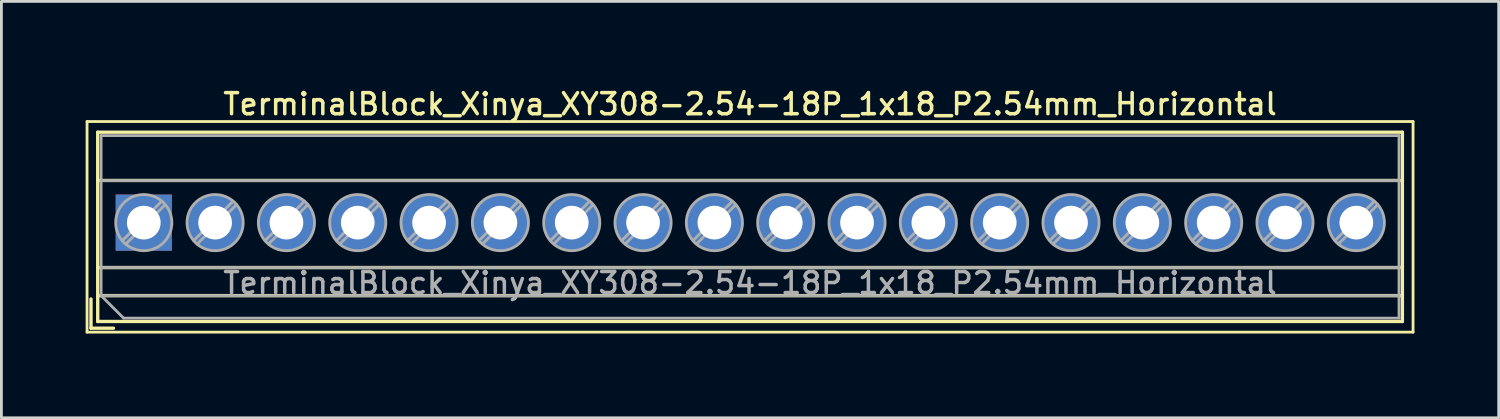
<source format=kicad_pcb>
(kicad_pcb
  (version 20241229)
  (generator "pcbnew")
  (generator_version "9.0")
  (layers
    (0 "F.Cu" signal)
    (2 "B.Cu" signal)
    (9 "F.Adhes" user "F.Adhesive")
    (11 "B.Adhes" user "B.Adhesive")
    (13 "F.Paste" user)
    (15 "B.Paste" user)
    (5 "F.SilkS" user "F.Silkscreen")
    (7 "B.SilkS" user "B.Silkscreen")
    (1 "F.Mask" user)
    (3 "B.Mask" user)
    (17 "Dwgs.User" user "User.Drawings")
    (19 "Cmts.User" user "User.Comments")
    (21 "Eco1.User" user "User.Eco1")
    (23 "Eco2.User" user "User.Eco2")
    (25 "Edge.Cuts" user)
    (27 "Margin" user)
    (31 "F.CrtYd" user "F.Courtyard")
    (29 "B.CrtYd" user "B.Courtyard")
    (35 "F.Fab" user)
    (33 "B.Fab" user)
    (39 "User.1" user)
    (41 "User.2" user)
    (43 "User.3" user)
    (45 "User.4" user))
  (footprint "TerminalBlock_Xinya_XY308-2.54-18P_1x18_P2.54mm_Horizontal"
    (layer "F.Cu")
    (at 2.07 4.878)
    (property "Reference" "TerminalBlock_Xinya_XY308-2.54-18P_1x18_P2.54mm_Horizontal" (at 21.59 -4.22 0) (layer "F.SilkS") (effects (font (size 0.75 0.75) (thickness 0.125))))
    (attr through_hole)
    (fp_line (start -2.02 -3.6) (end -2.02 3.9) (stroke (width 0.1) (type solid)) (layer "F.SilkS"))
    (fp_line (start -2.02 3.9) (end 45.2 3.9) (stroke (width 0.1) (type solid)) (layer "F.SilkS"))
    (fp_line (start -1.88 2.72) (end -1.88 3.76) (stroke (width 0.12) (type solid)) (layer "F.SilkS"))
    (fp_line (start -1.88 3.76) (end -1.08 3.76) (stroke (width 0.12) (type solid)) (layer "F.SilkS"))
    (fp_line (start -1.64 -3.22) (end -1.64 3.52) (stroke (width 0.12) (type solid)) (layer "F.SilkS"))
    (fp_line (start -1.64 -3.22) (end 44.82 -3.22) (stroke (width 0.12) (type solid)) (layer "F.SilkS"))
    (fp_line (start -1.64 -1.501) (end 44.82 -1.501) (stroke (width 0.12) (type solid)) (layer "F.SilkS"))
    (fp_line (start -1.64 1.6) (end 44.82 1.6) (stroke (width 0.12) (type solid)) (layer "F.SilkS"))
    (fp_line (start -1.64 2.6) (end 44.82 2.6) (stroke (width 0.12) (type solid)) (layer "F.SilkS"))
    (fp_line (start -1.64 3.52) (end 44.82 3.52) (stroke (width 0.12) (type solid)) (layer "F.SilkS"))
    (fp_line (start 44.82 -3.22) (end 44.82 3.52) (stroke (width 0.12) (type solid)) (layer "F.SilkS"))
    (fp_line (start 45.2 -3.6) (end -2.02 -3.6) (stroke (width 0.1) (type solid)) (layer "F.SilkS"))
    (fp_line (start 45.2 3.9) (end 45.2 -3.6) (stroke (width 0.1) (type solid)) (layer "F.SilkS"))
    (fp_line (start -1.52 -3.1) (end 44.7 -3.1) (stroke (width 0.1) (type solid)) (layer "F.Fab"))
    (fp_line (start -1.52 -1.5) (end 44.7 -1.5) (stroke (width 0.1) (type solid)) (layer "F.Fab"))
    (fp_line (start -1.52 1.6) (end 44.7 1.6) (stroke (width 0.1) (type solid)) (layer "F.Fab"))
    (fp_line (start -1.52 2.6) (end -1.52 -3.1) (stroke (width 0.1) (type solid)) (layer "F.Fab"))
    (fp_line (start -1.52 2.6) (end 44.7 2.6) (stroke (width 0.1) (type solid)) (layer "F.Fab"))
    (fp_line (start -0.72 3.4) (end -1.52 2.6) (stroke (width 0.1) (type solid)) (layer "F.Fab"))
    (fp_line (start 0.637 -0.759) (end -0.759 0.637) (stroke (width 0.1) (type solid)) (layer "F.Fab"))
    (fp_line (start 0.759 -0.637) (end -0.637 0.759) (stroke (width 0.1) (type solid)) (layer "F.Fab"))
    (fp_line (start 3.177 -0.759) (end 1.782 0.637) (stroke (width 0.1) (type solid)) (layer "F.Fab"))
    (fp_line (start 3.299 -0.637) (end 1.904 0.759) (stroke (width 0.1) (type solid)) (layer "F.Fab"))
    (fp_line (start 5.717 -0.759) (end 4.322 0.637) (stroke (width 0.1) (type solid)) (layer "F.Fab"))
    (fp_line (start 5.839 -0.637) (end 4.444 0.759) (stroke (width 0.1) (type solid)) (layer "F.Fab"))
    (fp_line (start 8.257 -0.759) (end 6.862 0.637) (stroke (width 0.1) (type solid)) (layer "F.Fab"))
    (fp_line (start 8.379 -0.637) (end 6.984 0.759) (stroke (width 0.1) (type solid)) (layer "F.Fab"))
    (fp_line (start 10.797 -0.759) (end 9.402 0.637) (stroke (width 0.1) (type solid)) (layer "F.Fab"))
    (fp_line (start 10.919 -0.637) (end 9.524 0.759) (stroke (width 0.1) (type solid)) (layer "F.Fab"))
    (fp_line (start 13.337 -0.759) (end 11.942 0.637) (stroke (width 0.1) (type solid)) (layer "F.Fab"))
    (fp_line (start 13.459 -0.637) (end 12.064 0.759) (stroke (width 0.1) (type solid)) (layer "F.Fab"))
    (fp_line (start 15.877 -0.759) (end 14.482 0.637) (stroke (width 0.1) (type solid)) (layer "F.Fab"))
    (fp_line (start 15.999 -0.637) (end 14.604 0.759) (stroke (width 0.1) (type solid)) (layer "F.Fab"))
    (fp_line (start 18.417 -0.759) (end 17.022 0.637) (stroke (width 0.1) (type solid)) (layer "F.Fab"))
    (fp_line (start 18.539 -0.637) (end 17.144 0.759) (stroke (width 0.1) (type solid)) (layer "F.Fab"))
    (fp_line (start 20.957 -0.759) (end 19.562 0.637) (stroke (width 0.1) (type solid)) (layer "F.Fab"))
    (fp_line (start 21.079 -0.637) (end 19.684 0.759) (stroke (width 0.1) (type solid)) (layer "F.Fab"))
    (fp_line (start 23.497 -0.759) (end 22.102 0.637) (stroke (width 0.1) (type solid)) (layer "F.Fab"))
    (fp_line (start 23.619 -0.637) (end 22.224 0.759) (stroke (width 0.1) (type solid)) (layer "F.Fab"))
    (fp_line (start 26.037 -0.759) (end 24.642 0.637) (stroke (width 0.1) (type solid)) (layer "F.Fab"))
    (fp_line (start 26.159 -0.637) (end 24.764 0.759) (stroke (width 0.1) (type solid)) (layer "F.Fab"))
    (fp_line (start 28.577 -0.759) (end 27.182 0.637) (stroke (width 0.1) (type solid)) (layer "F.Fab"))
    (fp_line (start 28.699 -0.637) (end 27.304 0.759) (stroke (width 0.1) (type solid)) (layer "F.Fab"))
    (fp_line (start 31.117 -0.759) (end 29.722 0.637) (stroke (width 0.1) (type solid)) (layer "F.Fab"))
    (fp_line (start 31.239 -0.637) (end 29.844 0.759) (stroke (width 0.1) (type solid)) (layer "F.Fab"))
    (fp_line (start 33.657 -0.759) (end 32.262 0.637) (stroke (width 0.1) (type solid)) (layer "F.Fab"))
    (fp_line (start 33.779 -0.637) (end 32.384 0.759) (stroke (width 0.1) (type solid)) (layer "F.Fab"))
    (fp_line (start 36.197 -0.759) (end 34.802 0.637) (stroke (width 0.1) (type solid)) (layer "F.Fab"))
    (fp_line (start 36.319 -0.637) (end 34.924 0.759) (stroke (width 0.1) (type solid)) (layer "F.Fab"))
    (fp_line (start 38.737 -0.759) (end 37.342 0.637) (stroke (width 0.1) (type solid)) (layer "F.Fab"))
    (fp_line (start 38.859 -0.637) (end 37.464 0.759) (stroke (width 0.1) (type solid)) (layer "F.Fab"))
    (fp_line (start 41.277 -0.759) (end 39.882 0.637) (stroke (width 0.1) (type solid)) (layer "F.Fab"))
    (fp_line (start 41.399 -0.637) (end 40.004 0.759) (stroke (width 0.1) (type solid)) (layer "F.Fab"))
    (fp_line (start 43.817 -0.759) (end 42.422 0.637) (stroke (width 0.1) (type solid)) (layer "F.Fab"))
    (fp_line (start 43.939 -0.637) (end 42.544 0.759) (stroke (width 0.1) (type solid)) (layer "F.Fab"))
    (fp_line (start 44.7 -3.1) (end 44.7 3.4) (stroke (width 0.1) (type solid)) (layer "F.Fab"))
    (fp_line (start 44.7 3.4) (end -0.72 3.4) (stroke (width 0.1) (type solid)) (layer "F.Fab"))
    (fp_circle (center 0 0) (end 1 0) (stroke (width 0.1) (type solid)) (fill no) (layer "F.Fab"))
    (fp_circle (center 2.54 0) (end 3.54 0) (stroke (width 0.1) (type solid)) (fill no) (layer "F.Fab"))
    (fp_circle (center 5.08 0) (end 6.08 0) (stroke (width 0.1) (type solid)) (fill no) (layer "F.Fab"))
    (fp_circle (center 7.62 0) (end 8.62 0) (stroke (width 0.1) (type solid)) (fill no) (layer "F.Fab"))
    (fp_circle (center 10.16 0) (end 11.16 0) (stroke (width 0.1) (type solid)) (fill no) (layer "F.Fab"))
    (fp_circle (center 12.7 0) (end 13.7 0) (stroke (width 0.1) (type solid)) (fill no) (layer "F.Fab"))
    (fp_circle (center 15.24 0) (end 16.24 0) (stroke (width 0.1) (type solid)) (fill no) (layer "F.Fab"))
    (fp_circle (center 17.78 0) (end 18.78 0) (stroke (width 0.1) (type solid)) (fill no) (layer "F.Fab"))
    (fp_circle (center 20.32 0) (end 21.32 0) (stroke (width 0.1) (type solid)) (fill no) (layer "F.Fab"))
    (fp_circle (center 22.86 0) (end 23.86 0) (stroke (width 0.1) (type solid)) (fill no) (layer "F.Fab"))
    (fp_circle (center 25.4 0) (end 26.4 0) (stroke (width 0.1) (type solid)) (fill no) (layer "F.Fab"))
    (fp_circle (center 27.94 0) (end 28.94 0) (stroke (width 0.1) (type solid)) (fill no) (layer "F.Fab"))
    (fp_circle (center 30.48 0) (end 31.48 0) (stroke (width 0.1) (type solid)) (fill no) (layer "F.Fab"))
    (fp_circle (center 33.02 0) (end 34.02 0) (stroke (width 0.1) (type solid)) (fill no) (layer "F.Fab"))
    (fp_circle (center 35.56 0) (end 36.56 0) (stroke (width 0.1) (type solid)) (fill no) (layer "F.Fab"))
    (fp_circle (center 38.1 0) (end 39.1 0) (stroke (width 0.1) (type solid)) (fill no) (layer "F.Fab"))
    (fp_circle (center 40.64 0) (end 41.64 0) (stroke (width 0.1) (type solid)) (fill no) (layer "F.Fab"))
    (fp_circle (center 43.18 0) (end 44.18 0) (stroke (width 0.1) (type solid)) (fill no) (layer "F.Fab"))
    (fp_text user "${REFERENCE}" (at 21.59 2.15 0) (layer "F.Fab") (effects (font (size 0.75 0.75) (thickness 0.125))))
    (pad "1" thru_hole rect (at 0 0) (size 2 2) (drill 1.2) (layers "*.Cu" "*.Mask"))
    (pad "2" thru_hole circle (at 2.54 0) (size 2 2) (drill 1.2) (layers "*.Cu" "*.Mask"))
    (pad "3" thru_hole circle (at 5.08 0) (size 2 2) (drill 1.2) (layers "*.Cu" "*.Mask"))
    (pad "4" thru_hole circle (at 7.62 0) (size 2 2) (drill 1.2) (layers "*.Cu" "*.Mask"))
    (pad "5" thru_hole circle (at 10.16 0) (size 2 2) (drill 1.2) (layers "*.Cu" "*.Mask"))
    (pad "6" thru_hole circle (at 12.7 0) (size 2 2) (drill 1.2) (layers "*.Cu" "*.Mask"))
    (pad "7" thru_hole circle (at 15.24 0) (size 2 2) (drill 1.2) (layers "*.Cu" "*.Mask"))
    (pad "8" thru_hole circle (at 17.78 0) (size 2 2) (drill 1.2) (layers "*.Cu" "*.Mask"))
    (pad "9" thru_hole circle (at 20.32 0) (size 2 2) (drill 1.2) (layers "*.Cu" "*.Mask"))
    (pad "10" thru_hole circle (at 22.86 0) (size 2 2) (drill 1.2) (layers "*.Cu" "*.Mask"))
    (pad "11" thru_hole circle (at 25.4 0) (size 2 2) (drill 1.2) (layers "*.Cu" "*.Mask"))
    (pad "12" thru_hole circle (at 27.94 0) (size 2 2) (drill 1.2) (layers "*.Cu" "*.Mask"))
    (pad "13" thru_hole circle (at 30.48 0) (size 2 2) (drill 1.2) (layers "*.Cu" "*.Mask"))
    (pad "14" thru_hole circle (at 33.02 0) (size 2 2) (drill 1.2) (layers "*.Cu" "*.Mask"))
    (pad "15" thru_hole circle (at 35.56 0) (size 2 2) (drill 1.2) (layers "*.Cu" "*.Mask"))
    (pad "16" thru_hole circle (at 38.1 0) (size 2 2) (drill 1.2) (layers "*.Cu" "*.Mask"))
    (pad "17" thru_hole circle (at 40.64 0) (size 2 2) (drill 1.2) (layers "*.Cu" "*.Mask"))
    (pad "18" thru_hole circle (at 43.18 0) (size 2 2) (drill 1.2) (layers "*.Cu" "*.Mask")))
  (gr_rect
    (start -3 -3)
    (end 50.32 11.828)
    (stroke (width 0.1) (type default))
    (fill no)
    (layer "Edge.Cuts")))
</source>
